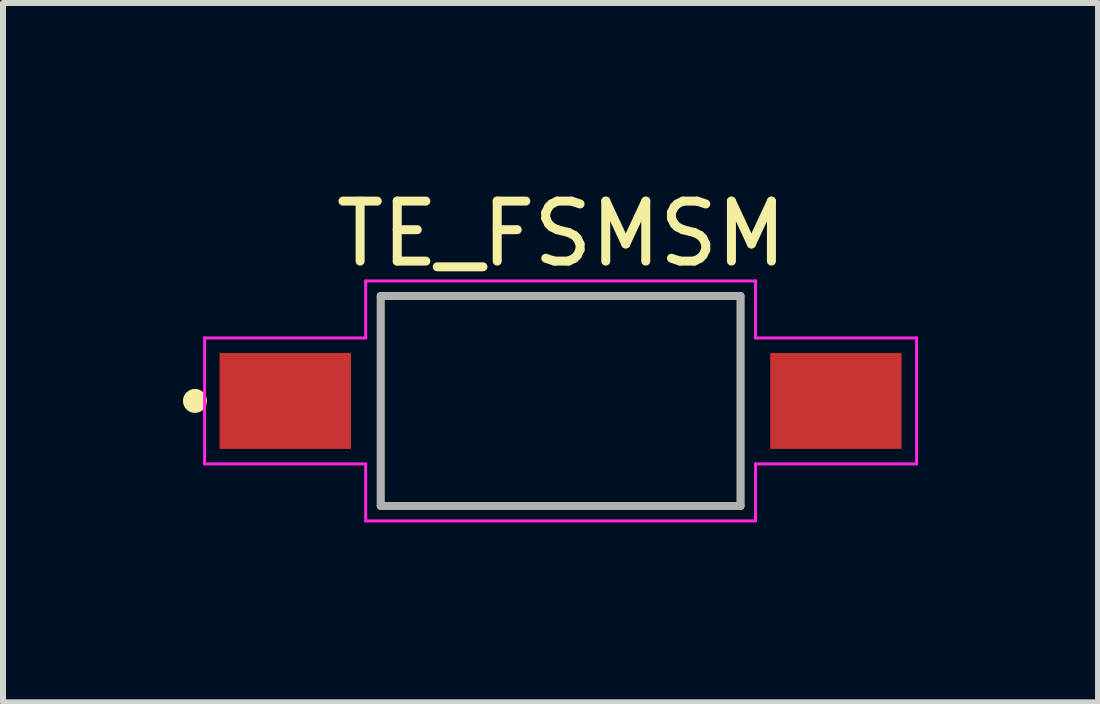
<source format=kicad_pcb>
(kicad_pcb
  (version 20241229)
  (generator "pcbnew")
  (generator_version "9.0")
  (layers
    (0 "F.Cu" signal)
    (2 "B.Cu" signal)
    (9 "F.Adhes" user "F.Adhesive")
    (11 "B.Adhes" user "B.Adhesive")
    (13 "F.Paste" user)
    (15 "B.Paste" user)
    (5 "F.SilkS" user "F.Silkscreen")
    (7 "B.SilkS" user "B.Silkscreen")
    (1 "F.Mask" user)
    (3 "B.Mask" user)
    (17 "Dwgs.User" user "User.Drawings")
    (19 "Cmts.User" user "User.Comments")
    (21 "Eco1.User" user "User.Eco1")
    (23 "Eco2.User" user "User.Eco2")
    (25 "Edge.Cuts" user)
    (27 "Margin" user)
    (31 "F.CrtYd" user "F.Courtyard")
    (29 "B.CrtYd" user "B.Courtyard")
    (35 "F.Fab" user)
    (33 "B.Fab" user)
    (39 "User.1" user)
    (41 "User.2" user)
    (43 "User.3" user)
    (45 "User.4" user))
  (footprint "TE_FSMSM"
    (layer "F.Cu")
    (at 6.296 3.634)
    (property "Reference" "TE_FSMSM" (at 0.015 -2.786 0) (layer "F.SilkS") (effects (font (size 1 1) (thickness 0.15))))
    (attr smd)
    (fp_line (start -3 -1.75) (end 3 -1.75) (stroke (width 0.127) (type solid)) (layer "F.SilkS"))
    (fp_line (start -3 1.75) (end -3 -1.75) (stroke (width 0.127) (type solid)) (layer "F.SilkS"))
    (fp_line (start 3 -1.75) (end 3 1.75) (stroke (width 0.127) (type solid)) (layer "F.SilkS"))
    (fp_line (start 3 1.75) (end -3 1.75) (stroke (width 0.127) (type solid)) (layer "F.SilkS"))
    (fp_circle (center -6.096 0) (end -5.996 0) (stroke (width 0.2) (type solid)) (fill no) (layer "F.SilkS"))
    (fp_line (start -5.935 -1.05) (end -5.935 1.05) (stroke (width 0.05) (type solid)) (layer "F.CrtYd"))
    (fp_line (start -5.935 1.05) (end -3.25 1.05) (stroke (width 0.05) (type solid)) (layer "F.CrtYd"))
    (fp_line (start -3.25 -2) (end -3.25 -1.05) (stroke (width 0.05) (type solid)) (layer "F.CrtYd"))
    (fp_line (start -3.25 -1.05) (end -5.935 -1.05) (stroke (width 0.05) (type solid)) (layer "F.CrtYd"))
    (fp_line (start -3.25 1.05) (end -3.25 2) (stroke (width 0.05) (type solid)) (layer "F.CrtYd"))
    (fp_line (start -3.25 2) (end 3.25 2) (stroke (width 0.05) (type solid)) (layer "F.CrtYd"))
    (fp_line (start 3.25 -2) (end -3.25 -2) (stroke (width 0.05) (type solid)) (layer "F.CrtYd"))
    (fp_line (start 3.25 -1.05) (end 3.25 -2) (stroke (width 0.05) (type solid)) (layer "F.CrtYd"))
    (fp_line (start 3.25 1.05) (end 5.935 1.05) (stroke (width 0.05) (type solid)) (layer "F.CrtYd"))
    (fp_line (start 3.25 2) (end 3.25 1.05) (stroke (width 0.05) (type solid)) (layer "F.CrtYd"))
    (fp_line (start 5.935 -1.05) (end 3.25 -1.05) (stroke (width 0.05) (type solid)) (layer "F.CrtYd"))
    (fp_line (start 5.935 1.05) (end 5.935 -1.05) (stroke (width 0.05) (type solid)) (layer "F.CrtYd"))
    (fp_line (start -3 -1.75) (end 3 -1.75) (stroke (width 0.127) (type solid)) (layer "F.Fab"))
    (fp_line (start -3 1.75) (end -3 -1.75) (stroke (width 0.127) (type solid)) (layer "F.Fab"))
    (fp_line (start 3 -1.75) (end 3 1.75) (stroke (width 0.127) (type solid)) (layer "F.Fab"))
    (fp_line (start 3 1.75) (end -3 1.75) (stroke (width 0.127) (type solid)) (layer "F.Fab"))
    (pad "1" smd rect (at -4.59 0 180) (size 2.19 1.6) (layers "F.Cu" "F.Mask" "F.Paste"))
    (pad "2" smd rect (at 4.59 0 180) (size 2.19 1.6) (layers "F.Cu" "F.Mask" "F.Paste")))
  (gr_rect
    (start -3 -3)
    (end 15.256 8.659)
    (stroke (width 0.1) (type default))
    (fill no)
    (layer "Edge.Cuts")))
</source>
